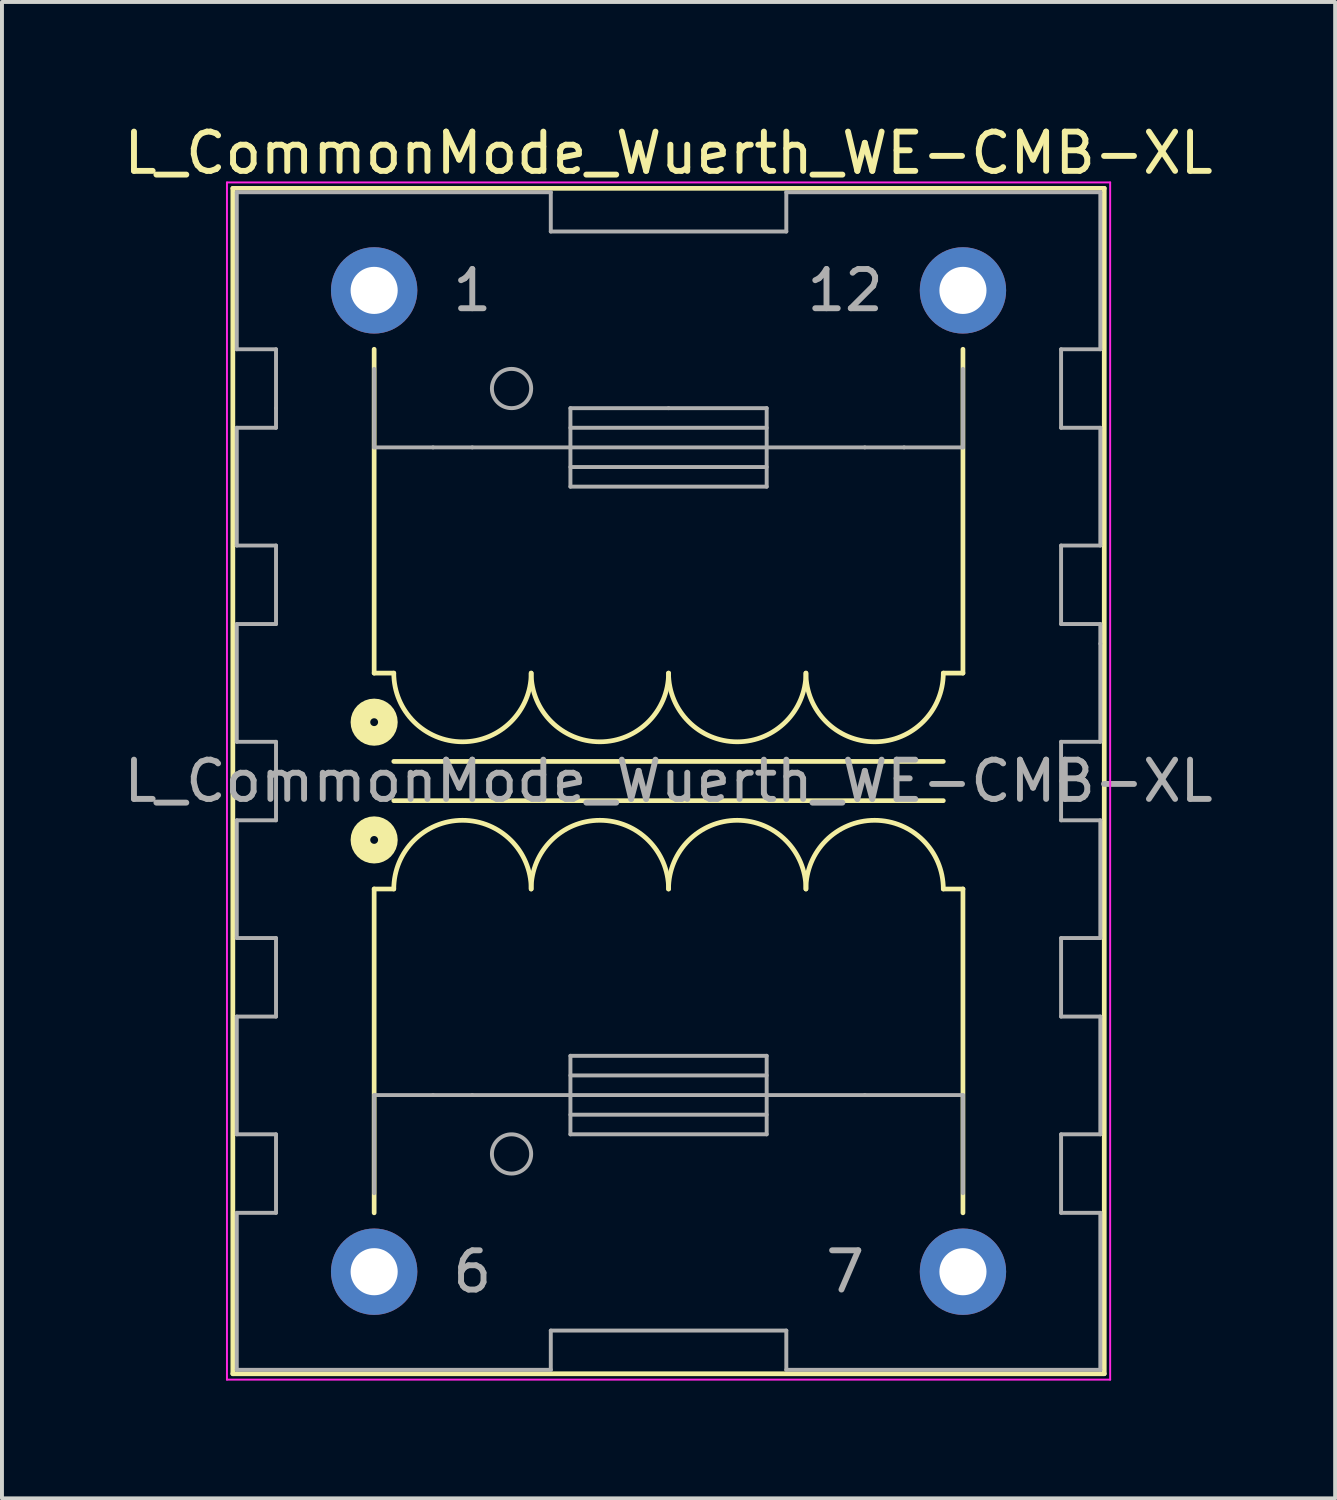
<source format=kicad_pcb>
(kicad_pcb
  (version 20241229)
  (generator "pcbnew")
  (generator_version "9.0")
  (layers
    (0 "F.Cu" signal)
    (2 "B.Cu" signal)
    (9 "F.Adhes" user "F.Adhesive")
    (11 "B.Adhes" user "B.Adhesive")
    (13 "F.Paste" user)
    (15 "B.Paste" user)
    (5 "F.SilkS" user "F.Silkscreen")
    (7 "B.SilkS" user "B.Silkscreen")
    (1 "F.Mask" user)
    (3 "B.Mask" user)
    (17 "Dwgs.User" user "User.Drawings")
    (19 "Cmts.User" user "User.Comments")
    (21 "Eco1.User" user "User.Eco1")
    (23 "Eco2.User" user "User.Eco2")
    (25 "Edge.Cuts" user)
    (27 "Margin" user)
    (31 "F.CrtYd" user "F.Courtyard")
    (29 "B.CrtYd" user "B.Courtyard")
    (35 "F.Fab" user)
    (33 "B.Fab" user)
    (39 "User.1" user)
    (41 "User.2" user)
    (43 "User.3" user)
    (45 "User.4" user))
  (footprint "L_CommonMode_Wuerth_WE-CMB-XL"
    (layer "F.Cu")
    (at 6.482 4.348)
    (property "Reference" "L_CommonMode_Wuerth_WE-CMB-XL" (at 7.5 -3.5 0) (layer "F.SilkS") (effects (font (size 1 1) (thickness 0.15))))
    (attr through_hole)
    (fp_line (start -3.6 -2.6) (end -3.6 27.6) (stroke (width 0.12) (type solid)) (layer "F.SilkS"))
    (fp_line (start -3.6 27.6) (end 18.6 27.6) (stroke (width 0.12) (type solid)) (layer "F.SilkS"))
    (fp_line (start 0 9.75) (end 0 1.5) (stroke (width 0.12) (type solid)) (layer "F.SilkS"))
    (fp_line (start 0 15.25) (end 0 23.5) (stroke (width 0.12) (type solid)) (layer "F.SilkS"))
    (fp_line (start 0.5 9.75) (end 0 9.75) (stroke (width 0.12) (type solid)) (layer "F.SilkS"))
    (fp_line (start 0.5 12) (end 14.5 12) (stroke (width 0.12) (type solid)) (layer "F.SilkS"))
    (fp_line (start 0.5 13) (end 14.5 13) (stroke (width 0.12) (type solid)) (layer "F.SilkS"))
    (fp_line (start 0.5 15.25) (end 0 15.25) (stroke (width 0.12) (type solid)) (layer "F.SilkS"))
    (fp_line (start 14.5 9.75) (end 15 9.75) (stroke (width 0.12) (type solid)) (layer "F.SilkS"))
    (fp_line (start 14.5 15.25) (end 15 15.25) (stroke (width 0.12) (type solid)) (layer "F.SilkS"))
    (fp_line (start 15 9.75) (end 15 1.5) (stroke (width 0.12) (type solid)) (layer "F.SilkS"))
    (fp_line (start 15 15.25) (end 15 23.5) (stroke (width 0.12) (type solid)) (layer "F.SilkS"))
    (fp_line (start 18.6 -2.6) (end -3.6 -2.6) (stroke (width 0.12) (type solid)) (layer "F.SilkS"))
    (fp_line (start 18.6 27.6) (end 18.6 -2.6) (stroke (width 0.12) (type solid)) (layer "F.SilkS"))
    (fp_arc (start 0.5 15.25) (mid 2.25 13.5) (end 4 15.25) (stroke (width 0.12) (type solid)) (layer "F.SilkS"))
    (fp_arc (start 4 9.75) (mid 2.25 11.5) (end 0.5 9.75) (stroke (width 0.12) (type solid)) (layer "F.SilkS"))
    (fp_arc (start 4 15.25) (mid 5.75 13.5) (end 7.5 15.25) (stroke (width 0.12) (type solid)) (layer "F.SilkS"))
    (fp_arc (start 7.5 9.75) (mid 5.75 11.5) (end 4 9.75) (stroke (width 0.12) (type solid)) (layer "F.SilkS"))
    (fp_arc (start 7.5 15.25) (mid 9.25 13.5) (end 11 15.25) (stroke (width 0.12) (type solid)) (layer "F.SilkS"))
    (fp_arc (start 11 9.75) (mid 9.25 11.5) (end 7.5 9.75) (stroke (width 0.12) (type solid)) (layer "F.SilkS"))
    (fp_arc (start 11 15.25) (mid 12.75 13.5) (end 14.5 15.25) (stroke (width 0.12) (type solid)) (layer "F.SilkS"))
    (fp_arc (start 14.5 9.75) (mid 12.75 11.5) (end 11 9.75) (stroke (width 0.12) (type solid)) (layer "F.SilkS"))
    (fp_circle (center 0 11) (end 0.1 11) (stroke (width 0.5) (type solid)) (fill no) (layer "F.SilkS"))
    (fp_circle (center 0 14) (end 0.1 14) (stroke (width 0.5) (type solid)) (fill no) (layer "F.SilkS"))
    (fp_line (start -3.75 -2.75) (end 18.75 -2.75) (stroke (width 0.05) (type solid)) (layer "F.CrtYd"))
    (fp_line (start -3.75 27.75) (end -3.75 -2.75) (stroke (width 0.05) (type solid)) (layer "F.CrtYd"))
    (fp_line (start 18.75 -2.75) (end 18.75 27.75) (stroke (width 0.05) (type solid)) (layer "F.CrtYd"))
    (fp_line (start 18.75 27.75) (end -3.75 27.75) (stroke (width 0.05) (type solid)) (layer "F.CrtYd"))
    (fp_line (start -3.5 -2.5) (end -3.5 1.5) (stroke (width 0.1) (type solid)) (layer "F.Fab"))
    (fp_line (start -3.5 1.5) (end -2.5 1.5) (stroke (width 0.1) (type solid)) (layer "F.Fab"))
    (fp_line (start -3.5 3.5) (end -3.5 6.5) (stroke (width 0.1) (type solid)) (layer "F.Fab"))
    (fp_line (start -3.5 6.5) (end -2.5 6.5) (stroke (width 0.1) (type solid)) (layer "F.Fab"))
    (fp_line (start -3.5 8.5) (end -3.5 11.5) (stroke (width 0.1) (type solid)) (layer "F.Fab"))
    (fp_line (start -3.5 11.5) (end -2.5 11.5) (stroke (width 0.1) (type solid)) (layer "F.Fab"))
    (fp_line (start -3.5 13.5) (end -3.5 16.5) (stroke (width 0.1) (type solid)) (layer "F.Fab"))
    (fp_line (start -3.5 16.5) (end -2.5 16.5) (stroke (width 0.1) (type solid)) (layer "F.Fab"))
    (fp_line (start -3.5 18.5) (end -3.5 21.5) (stroke (width 0.1) (type solid)) (layer "F.Fab"))
    (fp_line (start -3.5 21.5) (end -2.5 21.5) (stroke (width 0.1) (type solid)) (layer "F.Fab"))
    (fp_line (start -3.5 23.5) (end -3.5 27.5) (stroke (width 0.1) (type solid)) (layer "F.Fab"))
    (fp_line (start -2.5 1.5) (end -2.5 3) (stroke (width 0.1) (type solid)) (layer "F.Fab"))
    (fp_line (start -2.5 3) (end -2.5 3.5) (stroke (width 0.1) (type solid)) (layer "F.Fab"))
    (fp_line (start -2.5 3.5) (end -3.5 3.5) (stroke (width 0.1) (type solid)) (layer "F.Fab"))
    (fp_line (start -2.5 6.5) (end -2.5 8.5) (stroke (width 0.1) (type solid)) (layer "F.Fab"))
    (fp_line (start -2.5 8.5) (end -3.5 8.5) (stroke (width 0.1) (type solid)) (layer "F.Fab"))
    (fp_line (start -2.5 11.5) (end -2.5 13.5) (stroke (width 0.1) (type solid)) (layer "F.Fab"))
    (fp_line (start -2.5 13.5) (end -3.5 13.5) (stroke (width 0.1) (type solid)) (layer "F.Fab"))
    (fp_line (start -2.5 16.5) (end -2.5 18.5) (stroke (width 0.1) (type solid)) (layer "F.Fab"))
    (fp_line (start -2.5 18.5) (end -3.5 18.5) (stroke (width 0.1) (type solid)) (layer "F.Fab"))
    (fp_line (start -2.5 21.5) (end -2.5 23.5) (stroke (width 0.1) (type solid)) (layer "F.Fab"))
    (fp_line (start -2.5 23.5) (end -3.5 23.5) (stroke (width 0.1) (type solid)) (layer "F.Fab"))
    (fp_line (start 0 4) (end 0 2) (stroke (width 0.1) (type solid)) (layer "F.Fab"))
    (fp_line (start 0 20.5) (end 0 23) (stroke (width 0.1) (type solid)) (layer "F.Fab"))
    (fp_line (start 1.5 4) (end 0 4) (stroke (width 0.1) (type solid)) (layer "F.Fab"))
    (fp_line (start 1.5 20.5) (end 0 20.5) (stroke (width 0.1) (type solid)) (layer "F.Fab"))
    (fp_line (start 2.5 4) (end 1.5 4) (stroke (width 0.1) (type solid)) (layer "F.Fab"))
    (fp_line (start 2.5 20.5) (end 1.5 20.5) (stroke (width 0.1) (type solid)) (layer "F.Fab"))
    (fp_line (start 2.5 20.5) (end 5 20.5) (stroke (width 0.1) (type solid)) (layer "F.Fab"))
    (fp_line (start 4.5 -2.5) (end -3.5 -2.5) (stroke (width 0.1) (type solid)) (layer "F.Fab"))
    (fp_line (start 4.5 -1.5) (end 4.5 -2.5) (stroke (width 0.1) (type solid)) (layer "F.Fab"))
    (fp_line (start 4.5 26.5) (end 4.5 27.5) (stroke (width 0.1) (type solid)) (layer "F.Fab"))
    (fp_line (start 4.5 27.5) (end -3.5 27.5) (stroke (width 0.1) (type solid)) (layer "F.Fab"))
    (fp_line (start 5 3) (end 7.5 3) (stroke (width 0.1) (type solid)) (layer "F.Fab"))
    (fp_line (start 5 4) (end 2.5 4) (stroke (width 0.1) (type solid)) (layer "F.Fab"))
    (fp_line (start 5 4) (end 10 4) (stroke (width 0.1) (type solid)) (layer "F.Fab"))
    (fp_line (start 5 4.5) (end 10 4.5) (stroke (width 0.1) (type solid)) (layer "F.Fab"))
    (fp_line (start 5 5) (end 5 3) (stroke (width 0.1) (type solid)) (layer "F.Fab"))
    (fp_line (start 5 19.5) (end 10 19.5) (stroke (width 0.1) (type solid)) (layer "F.Fab"))
    (fp_line (start 5 21) (end 10 21) (stroke (width 0.1) (type solid)) (layer "F.Fab"))
    (fp_line (start 5 21.5) (end 5 19.5) (stroke (width 0.1) (type solid)) (layer "F.Fab"))
    (fp_line (start 7.5 3) (end 10 3) (stroke (width 0.1) (type solid)) (layer "F.Fab"))
    (fp_line (start 10 3) (end 10 5) (stroke (width 0.1) (type solid)) (layer "F.Fab"))
    (fp_line (start 10 3.5) (end 5 3.5) (stroke (width 0.1) (type solid)) (layer "F.Fab"))
    (fp_line (start 10 4) (end 12.5 4) (stroke (width 0.1) (type solid)) (layer "F.Fab"))
    (fp_line (start 10 5) (end 5 5) (stroke (width 0.1) (type solid)) (layer "F.Fab"))
    (fp_line (start 10 19.5) (end 10 21.5) (stroke (width 0.1) (type solid)) (layer "F.Fab"))
    (fp_line (start 10 20) (end 5 20) (stroke (width 0.1) (type solid)) (layer "F.Fab"))
    (fp_line (start 10 20.5) (end 5 20.5) (stroke (width 0.1) (type solid)) (layer "F.Fab"))
    (fp_line (start 10 21.5) (end 5 21.5) (stroke (width 0.1) (type solid)) (layer "F.Fab"))
    (fp_line (start 10.5 -2.5) (end 10.5 -1.5) (stroke (width 0.1) (type solid)) (layer "F.Fab"))
    (fp_line (start 10.5 -1.5) (end 4.5 -1.5) (stroke (width 0.1) (type solid)) (layer "F.Fab"))
    (fp_line (start 10.5 26.5) (end 4.5 26.5) (stroke (width 0.1) (type solid)) (layer "F.Fab"))
    (fp_line (start 10.5 27.5) (end 10.5 26.5) (stroke (width 0.1) (type solid)) (layer "F.Fab"))
    (fp_line (start 12.5 4) (end 13.5 4) (stroke (width 0.1) (type solid)) (layer "F.Fab"))
    (fp_line (start 12.5 20.5) (end 10 20.5) (stroke (width 0.1) (type solid)) (layer "F.Fab"))
    (fp_line (start 12.5 20.5) (end 15 20.5) (stroke (width 0.1) (type solid)) (layer "F.Fab"))
    (fp_line (start 13.5 4) (end 15 4) (stroke (width 0.1) (type solid)) (layer "F.Fab"))
    (fp_line (start 15 4) (end 15 2) (stroke (width 0.1) (type solid)) (layer "F.Fab"))
    (fp_line (start 15 20.5) (end 15 23) (stroke (width 0.1) (type solid)) (layer "F.Fab"))
    (fp_line (start 17.5 1.5) (end 18.5 1.5) (stroke (width 0.1) (type solid)) (layer "F.Fab"))
    (fp_line (start 17.5 3.5) (end 17.5 1.5) (stroke (width 0.1) (type solid)) (layer "F.Fab"))
    (fp_line (start 17.5 6.5) (end 18.5 6.5) (stroke (width 0.1) (type solid)) (layer "F.Fab"))
    (fp_line (start 17.5 8.5) (end 17.5 6.5) (stroke (width 0.1) (type solid)) (layer "F.Fab"))
    (fp_line (start 17.5 11.5) (end 18.5 11.5) (stroke (width 0.1) (type solid)) (layer "F.Fab"))
    (fp_line (start 17.5 12.5) (end 17.5 11.5) (stroke (width 0.1) (type solid)) (layer "F.Fab"))
    (fp_line (start 17.5 12.5) (end 17.5 13.5) (stroke (width 0.1) (type solid)) (layer "F.Fab"))
    (fp_line (start 17.5 13.5) (end 18.5 13.5) (stroke (width 0.1) (type solid)) (layer "F.Fab"))
    (fp_line (start 17.5 16.5) (end 17.5 18.5) (stroke (width 0.1) (type solid)) (layer "F.Fab"))
    (fp_line (start 17.5 18.5) (end 18.5 18.5) (stroke (width 0.1) (type solid)) (layer "F.Fab"))
    (fp_line (start 17.5 21.5) (end 17.5 23.5) (stroke (width 0.1) (type solid)) (layer "F.Fab"))
    (fp_line (start 17.5 23.5) (end 18.5 23.5) (stroke (width 0.1) (type solid)) (layer "F.Fab"))
    (fp_line (start 18.5 -2.5) (end 10.5 -2.5) (stroke (width 0.1) (type solid)) (layer "F.Fab"))
    (fp_line (start 18.5 1.5) (end 18.5 -2.5) (stroke (width 0.1) (type solid)) (layer "F.Fab"))
    (fp_line (start 18.5 3.5) (end 17.5 3.5) (stroke (width 0.1) (type solid)) (layer "F.Fab"))
    (fp_line (start 18.5 6.5) (end 18.5 3.5) (stroke (width 0.1) (type solid)) (layer "F.Fab"))
    (fp_line (start 18.5 8.5) (end 17.5 8.5) (stroke (width 0.1) (type solid)) (layer "F.Fab"))
    (fp_line (start 18.5 9) (end 18.5 8.5) (stroke (width 0.1) (type solid)) (layer "F.Fab"))
    (fp_line (start 18.5 11.5) (end 18.5 9) (stroke (width 0.1) (type solid)) (layer "F.Fab"))
    (fp_line (start 18.5 13.5) (end 18.5 16.5) (stroke (width 0.1) (type solid)) (layer "F.Fab"))
    (fp_line (start 18.5 16.5) (end 17.5 16.5) (stroke (width 0.1) (type solid)) (layer "F.Fab"))
    (fp_line (start 18.5 18.5) (end 18.5 21.5) (stroke (width 0.1) (type solid)) (layer "F.Fab"))
    (fp_line (start 18.5 21.5) (end 17.5 21.5) (stroke (width 0.1) (type solid)) (layer "F.Fab"))
    (fp_line (start 18.5 23.5) (end 18.5 27.5) (stroke (width 0.1) (type solid)) (layer "F.Fab"))
    (fp_line (start 18.5 27.5) (end 10.5 27.5) (stroke (width 0.1) (type solid)) (layer "F.Fab"))
    (fp_circle (center 3.5 2.5) (end 4 2.5) (stroke (width 0.1) (type solid)) (fill no) (layer "F.Fab"))
    (fp_circle (center 3.5 22) (end 4 22) (stroke (width 0.1) (type solid)) (fill no) (layer "F.Fab"))
    (fp_text user "12" (at 12 0 0) (layer "F.Fab") (effects (font (size 1 1) (thickness 0.15))))
    (fp_text user "${REFERENCE}" (at 7.5 12.5 0) (layer "F.Fab") (effects (font (size 1 1) (thickness 0.15))))
    (fp_text user "6" (at 2.5 25 0) (layer "F.Fab") (effects (font (size 1 1) (thickness 0.15))))
    (fp_text user "1" (at 2.5 0 0) (layer "F.Fab") (effects (font (size 1 1) (thickness 0.15))))
    (fp_text user "7" (at 12 25 0) (layer "F.Fab") (effects (font (size 1 1) (thickness 0.15))))
    (pad "1" thru_hole circle (at 0 0) (size 2.2 2.2) (drill 1.2) (layers "*.Cu" "*.Mask"))
    (pad "6" thru_hole circle (at 0 25) (size 2.2 2.2) (drill 1.2) (layers "*.Cu" "*.Mask"))
    (pad "7" thru_hole circle (at 15 25) (size 2.2 2.2) (drill 1.2) (layers "*.Cu" "*.Mask"))
    (pad "12" thru_hole circle (at 15 0) (size 2.2 2.2) (drill 1.2) (layers "*.Cu" "*.Mask")))
  (gr_rect
    (start -3 -3)
    (end 30.964 35.123)
    (stroke (width 0.1) (type default))
    (fill no)
    (layer "Edge.Cuts")))
</source>
